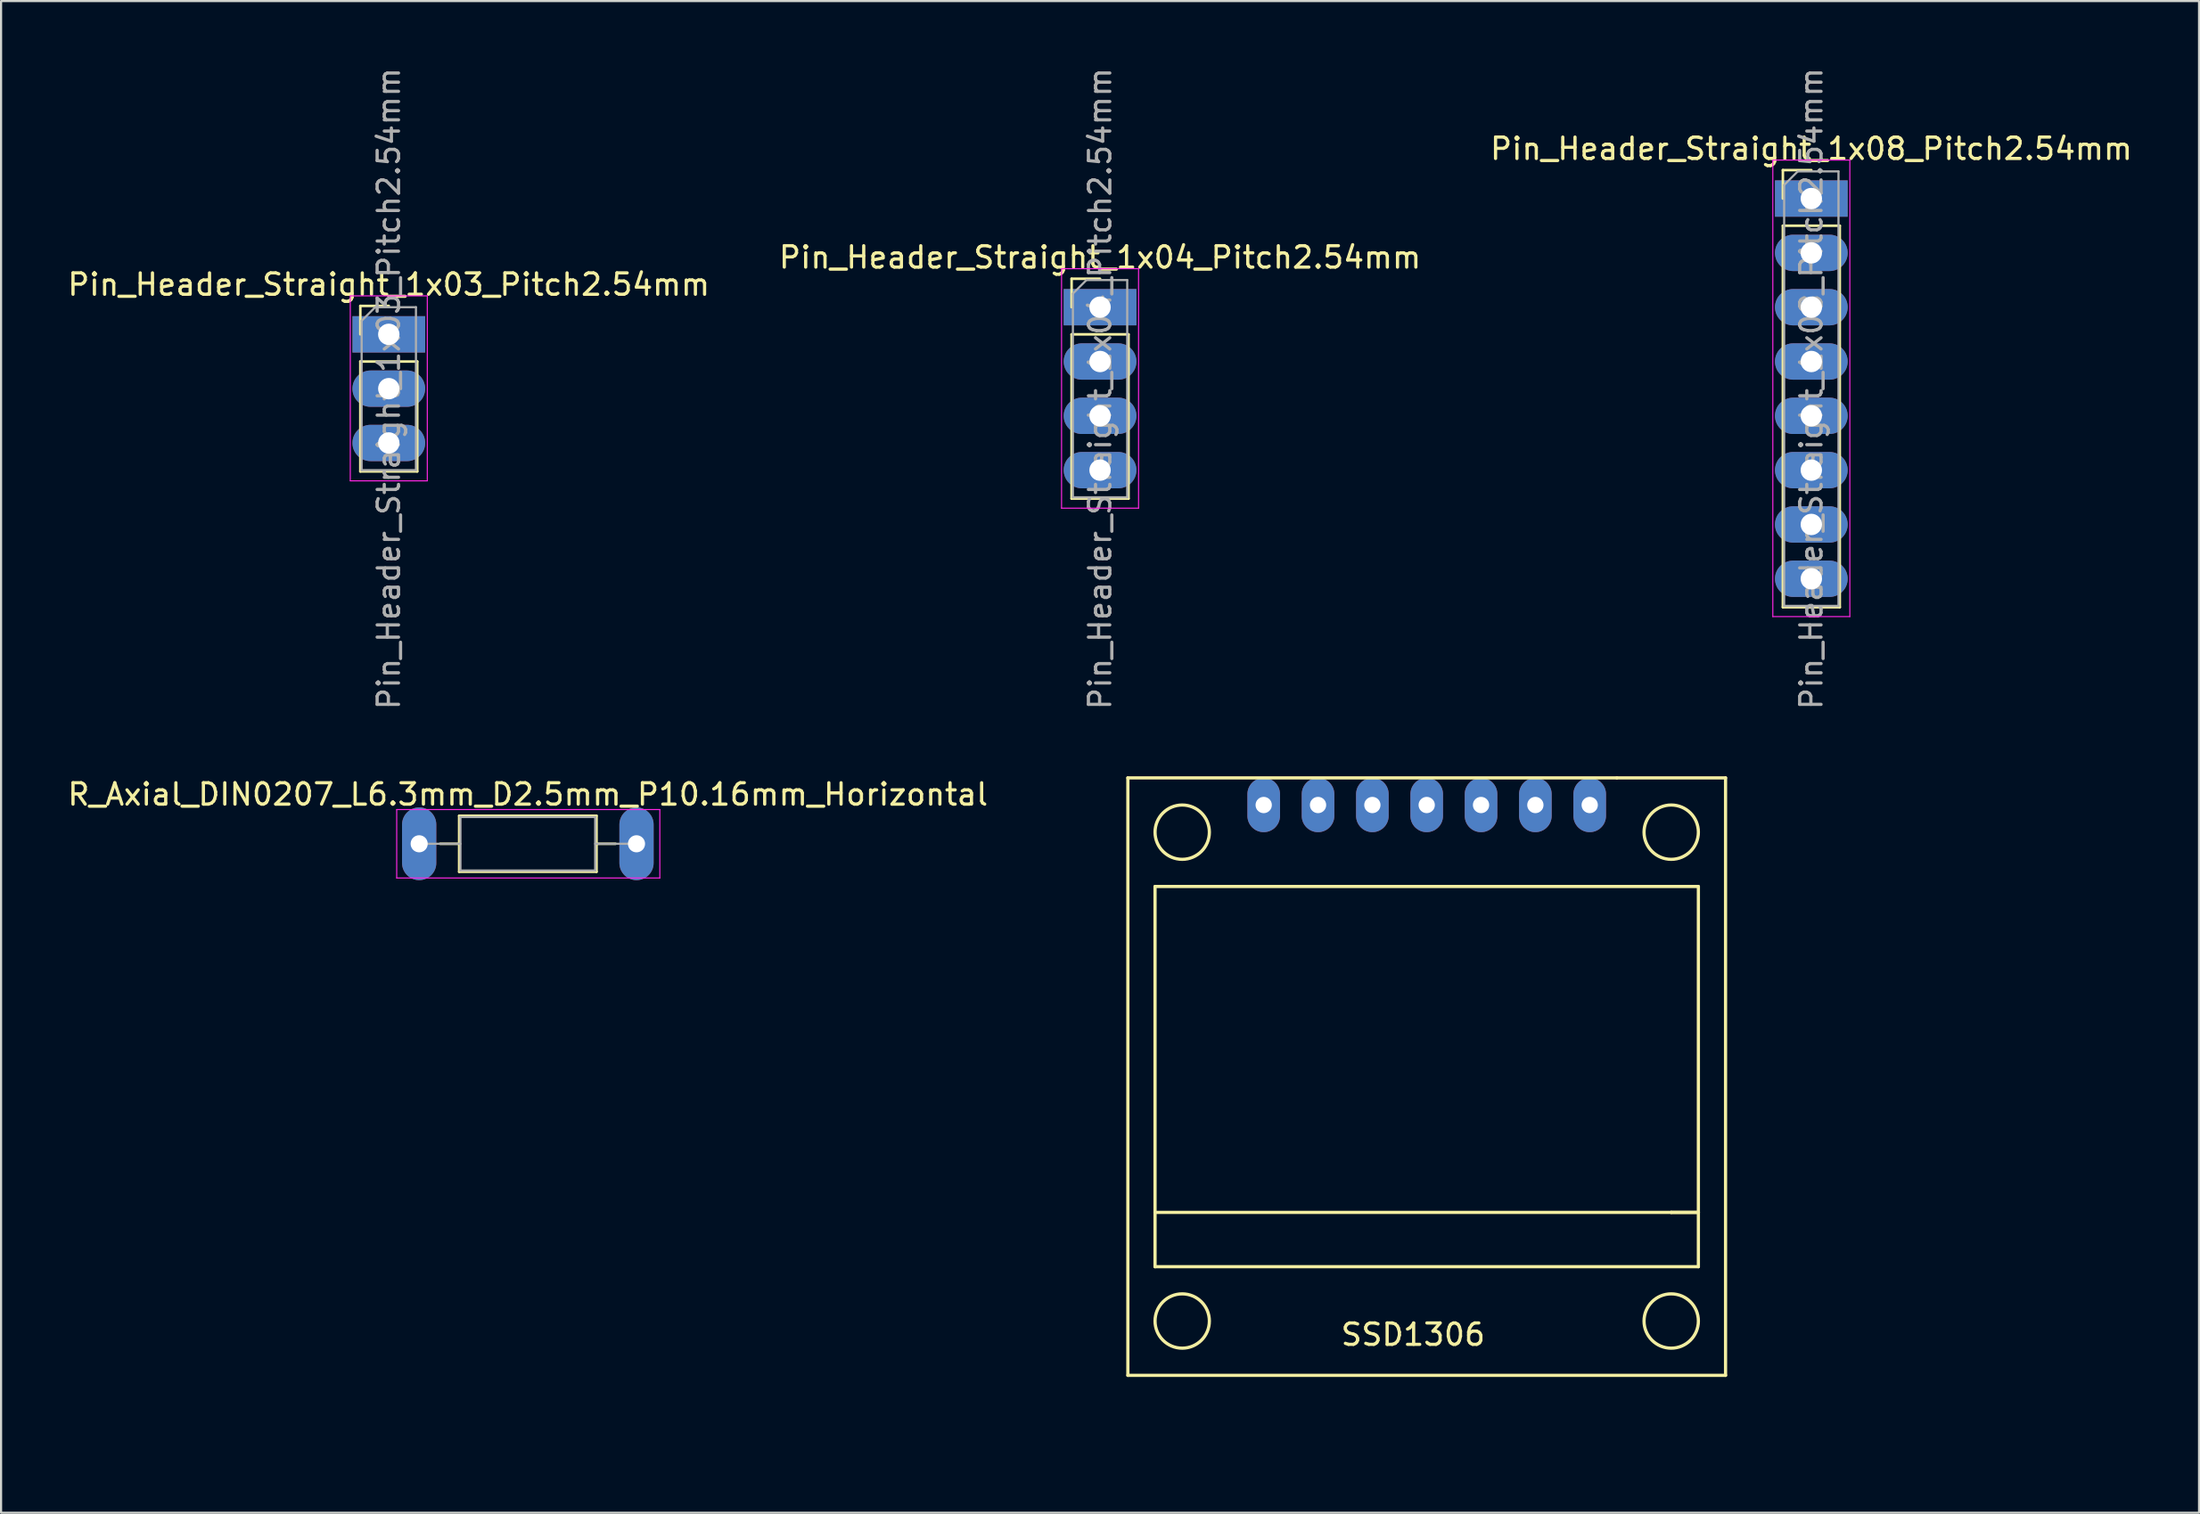
<source format=kicad_pcb>
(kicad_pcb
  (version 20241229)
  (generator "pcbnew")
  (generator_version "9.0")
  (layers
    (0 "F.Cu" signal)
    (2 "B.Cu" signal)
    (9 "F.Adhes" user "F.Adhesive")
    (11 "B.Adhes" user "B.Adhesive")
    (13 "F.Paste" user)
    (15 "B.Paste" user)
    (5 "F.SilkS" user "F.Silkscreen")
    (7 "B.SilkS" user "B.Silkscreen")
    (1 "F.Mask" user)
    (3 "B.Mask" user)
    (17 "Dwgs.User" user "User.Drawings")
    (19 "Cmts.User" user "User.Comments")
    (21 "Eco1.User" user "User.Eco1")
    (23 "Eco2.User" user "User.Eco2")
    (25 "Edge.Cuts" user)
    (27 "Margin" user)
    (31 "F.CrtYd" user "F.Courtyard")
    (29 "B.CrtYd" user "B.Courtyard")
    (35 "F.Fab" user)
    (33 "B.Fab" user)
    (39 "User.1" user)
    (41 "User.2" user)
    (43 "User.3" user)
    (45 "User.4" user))
  (footprint "Pin_Header_Straight_1x08_Pitch2.54mm"
    (layer "F.Cu")
    (at 81.625 6.235)
    (property "Reference" "Pin_Header_Straight_1x08_Pitch2.54mm" (at 0 -2.33 0) (layer "F.SilkS") (effects (font (size 1 1) (thickness 0.15))))
    (attr through_hole)
    (fp_line (start -1.33 -1.33) (end 0 -1.33) (stroke (width 0.12) (type solid)) (layer "F.SilkS"))
    (fp_line (start -1.33 0) (end -1.33 -1.33) (stroke (width 0.12) (type solid)) (layer "F.SilkS"))
    (fp_line (start -1.33 1.27) (end -1.33 19.11) (stroke (width 0.12) (type solid)) (layer "F.SilkS"))
    (fp_line (start -1.33 1.27) (end 1.33 1.27) (stroke (width 0.12) (type solid)) (layer "F.SilkS"))
    (fp_line (start -1.33 19.11) (end 1.33 19.11) (stroke (width 0.12) (type solid)) (layer "F.SilkS"))
    (fp_line (start 1.33 1.27) (end 1.33 19.11) (stroke (width 0.12) (type solid)) (layer "F.SilkS"))
    (fp_line (start -1.8 -1.8) (end -1.8 19.55) (stroke (width 0.05) (type solid)) (layer "F.CrtYd"))
    (fp_line (start -1.8 19.55) (end 1.8 19.55) (stroke (width 0.05) (type solid)) (layer "F.CrtYd"))
    (fp_line (start 1.8 -1.8) (end -1.8 -1.8) (stroke (width 0.05) (type solid)) (layer "F.CrtYd"))
    (fp_line (start 1.8 19.55) (end 1.8 -1.8) (stroke (width 0.05) (type solid)) (layer "F.CrtYd"))
    (fp_line (start -1.27 -0.635) (end -0.635 -1.27) (stroke (width 0.1) (type solid)) (layer "F.Fab"))
    (fp_line (start -1.27 19.05) (end -1.27 -0.635) (stroke (width 0.1) (type solid)) (layer "F.Fab"))
    (fp_line (start -0.635 -1.27) (end 1.27 -1.27) (stroke (width 0.1) (type solid)) (layer "F.Fab"))
    (fp_line (start 1.27 -1.27) (end 1.27 19.05) (stroke (width 0.1) (type solid)) (layer "F.Fab"))
    (fp_line (start 1.27 19.05) (end -1.27 19.05) (stroke (width 0.1) (type solid)) (layer "F.Fab"))
    (fp_text user "${REFERENCE}" (at 0 8.89 90) (layer "F.Fab") (effects (font (size 1 1) (thickness 0.15))))
    (pad "1" thru_hole rect (at 0 0 90) (size 1.7 3.4) (drill 1) (layers "*.Cu" "*.Mask"))
    (pad "2" thru_hole oval (at 0 2.54 90) (size 1.7 3.4) (drill 1) (layers "*.Cu" "*.Mask"))
    (pad "3" thru_hole oval (at 0 5.08 90) (size 1.7 3.4) (drill 1) (layers "*.Cu" "*.Mask"))
    (pad "4" thru_hole oval (at 0 7.62 90) (size 1.7 3.4) (drill 1) (layers "*.Cu" "*.Mask"))
    (pad "5" thru_hole oval (at 0 10.16 90) (size 1.7 3.4) (drill 1) (layers "*.Cu" "*.Mask"))
    (pad "6" thru_hole oval (at 0 12.7 90) (size 1.7 3.4) (drill 1) (layers "*.Cu" "*.Mask"))
    (pad "7" thru_hole oval (at 0 15.24 90) (size 1.7 3.4) (drill 1) (layers "*.Cu" "*.Mask"))
    (pad "8" thru_hole oval (at 0 17.78 90) (size 1.7 3.4) (drill 1) (layers "*.Cu" "*.Mask")))
  (footprint "Pin_Header_Straight_1x03_Pitch2.54mm"
    (layer "F.Cu")
    (at 15.125 12.585)
    (property "Reference" "Pin_Header_Straight_1x03_Pitch2.54mm" (at 0 -2.33 0) (layer "F.SilkS") (effects (font (size 1 1) (thickness 0.15))))
    (attr through_hole)
    (fp_line (start -1.33 -1.33) (end 0 -1.33) (stroke (width 0.12) (type solid)) (layer "F.SilkS"))
    (fp_line (start -1.33 0) (end -1.33 -1.33) (stroke (width 0.12) (type solid)) (layer "F.SilkS"))
    (fp_line (start -1.33 1.27) (end -1.33 6.41) (stroke (width 0.12) (type solid)) (layer "F.SilkS"))
    (fp_line (start -1.33 1.27) (end 1.33 1.27) (stroke (width 0.12) (type solid)) (layer "F.SilkS"))
    (fp_line (start -1.33 6.41) (end 1.33 6.41) (stroke (width 0.12) (type solid)) (layer "F.SilkS"))
    (fp_line (start 1.33 1.27) (end 1.33 6.41) (stroke (width 0.12) (type solid)) (layer "F.SilkS"))
    (fp_line (start -1.8 -1.8) (end -1.8 6.85) (stroke (width 0.05) (type solid)) (layer "F.CrtYd"))
    (fp_line (start -1.8 6.85) (end 1.8 6.85) (stroke (width 0.05) (type solid)) (layer "F.CrtYd"))
    (fp_line (start 1.8 -1.8) (end -1.8 -1.8) (stroke (width 0.05) (type solid)) (layer "F.CrtYd"))
    (fp_line (start 1.8 6.85) (end 1.8 -1.8) (stroke (width 0.05) (type solid)) (layer "F.CrtYd"))
    (fp_line (start -1.27 -0.635) (end -0.635 -1.27) (stroke (width 0.1) (type solid)) (layer "F.Fab"))
    (fp_line (start -1.27 6.35) (end -1.27 -0.635) (stroke (width 0.1) (type solid)) (layer "F.Fab"))
    (fp_line (start -0.635 -1.27) (end 1.27 -1.27) (stroke (width 0.1) (type solid)) (layer "F.Fab"))
    (fp_line (start 1.27 -1.27) (end 1.27 6.35) (stroke (width 0.1) (type solid)) (layer "F.Fab"))
    (fp_line (start 1.27 6.35) (end -1.27 6.35) (stroke (width 0.1) (type solid)) (layer "F.Fab"))
    (fp_text user "${REFERENCE}" (at 0 2.54 90) (layer "F.Fab") (effects (font (size 1 1) (thickness 0.15))))
    (pad "1" thru_hole rect (at 0 0) (size 3.4 1.7) (drill 1) (layers "*.Cu" "*.Mask"))
    (pad "2" thru_hole oval (at 0 2.54) (size 3.4 1.7) (drill 1) (layers "*.Cu" "*.Mask"))
    (pad "3" thru_hole oval (at 0 5.08) (size 3.4 1.7) (drill 1) (layers "*.Cu" "*.Mask")))
  (footprint "R_Axial_DIN0207_L6.3mm_D2.5mm_P10.16mm_Horizontal"
    (layer "F.Cu")
    (at 16.545 36.408)
    (property "Reference" "R_Axial_DIN0207_L6.3mm_D2.5mm_P10.16mm_Horizontal" (at 5.08 -2.31 0) (layer "F.SilkS") (effects (font (size 1 1) (thickness 0.15))))
    (attr through_hole)
    (fp_line (start 0.98 0) (end 1.87 0) (stroke (width 0.12) (type solid)) (layer "F.SilkS"))
    (fp_line (start 1.87 -1.31) (end 1.87 1.31) (stroke (width 0.12) (type solid)) (layer "F.SilkS"))
    (fp_line (start 1.87 1.31) (end 8.29 1.31) (stroke (width 0.12) (type solid)) (layer "F.SilkS"))
    (fp_line (start 8.29 -1.31) (end 1.87 -1.31) (stroke (width 0.12) (type solid)) (layer "F.SilkS"))
    (fp_line (start 8.29 1.31) (end 8.29 -1.31) (stroke (width 0.12) (type solid)) (layer "F.SilkS"))
    (fp_line (start 9.18 0) (end 8.29 0) (stroke (width 0.12) (type solid)) (layer "F.SilkS"))
    (fp_line (start -1.05 -1.6) (end -1.05 1.6) (stroke (width 0.05) (type solid)) (layer "F.CrtYd"))
    (fp_line (start -1.05 1.6) (end 11.25 1.6) (stroke (width 0.05) (type solid)) (layer "F.CrtYd"))
    (fp_line (start 11.25 -1.6) (end -1.05 -1.6) (stroke (width 0.05) (type solid)) (layer "F.CrtYd"))
    (fp_line (start 11.25 1.6) (end 11.25 -1.6) (stroke (width 0.05) (type solid)) (layer "F.CrtYd"))
    (fp_line (start 0 0) (end 1.93 0) (stroke (width 0.1) (type solid)) (layer "F.Fab"))
    (fp_line (start 1.93 -1.25) (end 1.93 1.25) (stroke (width 0.1) (type solid)) (layer "F.Fab"))
    (fp_line (start 1.93 1.25) (end 8.23 1.25) (stroke (width 0.1) (type solid)) (layer "F.Fab"))
    (fp_line (start 8.23 -1.25) (end 1.93 -1.25) (stroke (width 0.1) (type solid)) (layer "F.Fab"))
    (fp_line (start 8.23 1.25) (end 8.23 -1.25) (stroke (width 0.1) (type solid)) (layer "F.Fab"))
    (fp_line (start 10.16 0) (end 8.23 0) (stroke (width 0.1) (type solid)) (layer "F.Fab"))
    (pad "1" thru_hole oval (at 0 0) (size 1.6 3.4) (drill 0.8) (layers "*.Cu" "*.Mask"))
    (pad "2" thru_hole oval (at 10.16 0) (size 1.6 3.4) (drill 0.8) (layers "*.Cu" "*.Mask")))
  (footprint "SSD1306"
    (layer "F.Cu")
    (at 46.5 64.44)
    (property "Reference" "SSD1306" (at 16.51 -5.08 0) (layer "F.SilkS") (effects (font (size 1 1) (thickness 0.15))))
    (attr through_hole)
    (fp_line (start 3.175 -31.115) (end 3.175 -3.175) (stroke (width 0.15) (type solid)) (layer "F.SilkS"))
    (fp_line (start 4.445 -26.035) (end 4.445 -10.795) (stroke (width 0.15) (type solid)) (layer "F.SilkS"))
    (fp_line (start 4.445 -10.795) (end 28.575 -10.795) (stroke (width 0.15) (type solid)) (layer "F.SilkS"))
    (fp_line (start 4.445 -8.255) (end 4.445 -10.795) (stroke (width 0.15) (type solid)) (layer "F.SilkS"))
    (fp_line (start 26.035 -31.115) (end 3.175 -31.115) (stroke (width 0.15) (type solid)) (layer "F.SilkS"))
    (fp_line (start 26.035 -31.115) (end 31.115 -31.115) (stroke (width 0.15) (type solid)) (layer "F.SilkS"))
    (fp_line (start 28.575 -10.795) (end 29.845 -10.795) (stroke (width 0.15) (type solid)) (layer "F.SilkS"))
    (fp_line (start 28.575 -10.795) (end 29.845 -10.795) (stroke (width 0.15) (type solid)) (layer "F.SilkS"))
    (fp_line (start 29.845 -26.035) (end 4.445 -26.035) (stroke (width 0.15) (type solid)) (layer "F.SilkS"))
    (fp_line (start 29.845 -10.795) (end 29.845 -26.035) (stroke (width 0.15) (type solid)) (layer "F.SilkS"))
    (fp_line (start 29.845 -10.795) (end 29.845 -8.255) (stroke (width 0.15) (type solid)) (layer "F.SilkS"))
    (fp_line (start 29.845 -8.255) (end 4.445 -8.255) (stroke (width 0.15) (type solid)) (layer "F.SilkS"))
    (fp_line (start 31.115 -31.115) (end 31.115 -3.175) (stroke (width 0.15) (type solid)) (layer "F.SilkS"))
    (fp_line (start 31.115 -3.175) (end 3.175 -3.175) (stroke (width 0.15) (type solid)) (layer "F.SilkS"))
    (fp_circle (center 5.715 -28.575) (end 4.445 -28.575) (stroke (width 0.15) (type solid)) (fill no) (layer "F.SilkS"))
    (fp_circle (center 5.715 -5.715) (end 5.715 -4.445) (stroke (width 0.15) (type solid)) (fill no) (layer "F.SilkS"))
    (fp_circle (center 28.575 -28.575) (end 29.845 -28.575) (stroke (width 0.15) (type solid)) (fill no) (layer "F.SilkS"))
    (fp_circle (center 28.575 -5.715) (end 28.575 -4.445) (stroke (width 0.15) (type solid)) (fill no) (layer "F.SilkS"))
    (pad "1" thru_hole oval (at 9.525 -29.845 180) (size 1.524 2.54) (drill 0.762) (layers "*.Cu" "*.Mask"))
    (pad "2" thru_hole oval (at 12.065 -29.845 180) (size 1.524 2.54) (drill 0.762) (layers "*.Cu" "*.Mask"))
    (pad "3" thru_hole oval (at 14.605 -29.845 180) (size 1.524 2.54) (drill 0.762) (layers "*.Cu" "*.Mask"))
    (pad "4" thru_hole oval (at 17.145 -29.845 180) (size 1.524 2.54) (drill 0.762) (layers "*.Cu" "*.Mask"))
    (pad "5" thru_hole oval (at 19.685 -29.845 180) (size 1.524 2.54) (drill 0.762) (layers "*.Cu" "*.Mask"))
    (pad "6" thru_hole oval (at 22.225 -29.845 180) (size 1.524 2.54) (drill 0.762) (layers "*.Cu" "*.Mask"))
    (pad "7" thru_hole oval (at 24.765 -29.845 180) (size 1.524 2.54) (drill 0.762) (layers "*.Cu" "*.Mask")))
  (footprint "Pin_Header_Straight_1x04_Pitch2.54mm"
    (layer "F.Cu")
    (at 48.375 11.315)
    (property "Reference" "Pin_Header_Straight_1x04_Pitch2.54mm" (at 0 -2.33 0) (layer "F.SilkS") (effects (font (size 1 1) (thickness 0.15))))
    (attr through_hole)
    (fp_line (start -1.33 -1.33) (end 0 -1.33) (stroke (width 0.12) (type solid)) (layer "F.SilkS"))
    (fp_line (start -1.33 0) (end -1.33 -1.33) (stroke (width 0.12) (type solid)) (layer "F.SilkS"))
    (fp_line (start -1.33 1.27) (end -1.33 8.95) (stroke (width 0.12) (type solid)) (layer "F.SilkS"))
    (fp_line (start -1.33 1.27) (end 1.33 1.27) (stroke (width 0.12) (type solid)) (layer "F.SilkS"))
    (fp_line (start -1.33 8.95) (end 1.33 8.95) (stroke (width 0.12) (type solid)) (layer "F.SilkS"))
    (fp_line (start 1.33 1.27) (end 1.33 8.95) (stroke (width 0.12) (type solid)) (layer "F.SilkS"))
    (fp_line (start -1.8 -1.8) (end -1.8 9.4) (stroke (width 0.05) (type solid)) (layer "F.CrtYd"))
    (fp_line (start -1.8 9.4) (end 1.8 9.4) (stroke (width 0.05) (type solid)) (layer "F.CrtYd"))
    (fp_line (start 1.8 -1.8) (end -1.8 -1.8) (stroke (width 0.05) (type solid)) (layer "F.CrtYd"))
    (fp_line (start 1.8 9.4) (end 1.8 -1.8) (stroke (width 0.05) (type solid)) (layer "F.CrtYd"))
    (fp_line (start -1.27 -0.635) (end -0.635 -1.27) (stroke (width 0.1) (type solid)) (layer "F.Fab"))
    (fp_line (start -1.27 8.89) (end -1.27 -0.635) (stroke (width 0.1) (type solid)) (layer "F.Fab"))
    (fp_line (start -0.635 -1.27) (end 1.27 -1.27) (stroke (width 0.1) (type solid)) (layer "F.Fab"))
    (fp_line (start 1.27 -1.27) (end 1.27 8.89) (stroke (width 0.1) (type solid)) (layer "F.Fab"))
    (fp_line (start 1.27 8.89) (end -1.27 8.89) (stroke (width 0.1) (type solid)) (layer "F.Fab"))
    (fp_text user "${REFERENCE}" (at 0 3.81 90) (layer "F.Fab") (effects (font (size 1 1) (thickness 0.15))))
    (pad "1" thru_hole rect (at 0 0) (size 3.4 1.7) (drill 1) (layers "*.Cu" "*.Mask"))
    (pad "2" thru_hole oval (at 0 2.54) (size 3.4 1.7) (drill 1) (layers "*.Cu" "*.Mask"))
    (pad "3" thru_hole oval (at 0 5.08) (size 3.4 1.7) (drill 1) (layers "*.Cu" "*.Mask"))
    (pad "4" thru_hole oval (at 0 7.62) (size 3.4 1.7) (drill 1) (layers "*.Cu" "*.Mask")))
  (gr_rect
    (start -3 -3)
    (end 99.75 67.69)
    (stroke (width 0.1) (type default))
    (fill no)
    (layer "Edge.Cuts")))
</source>
